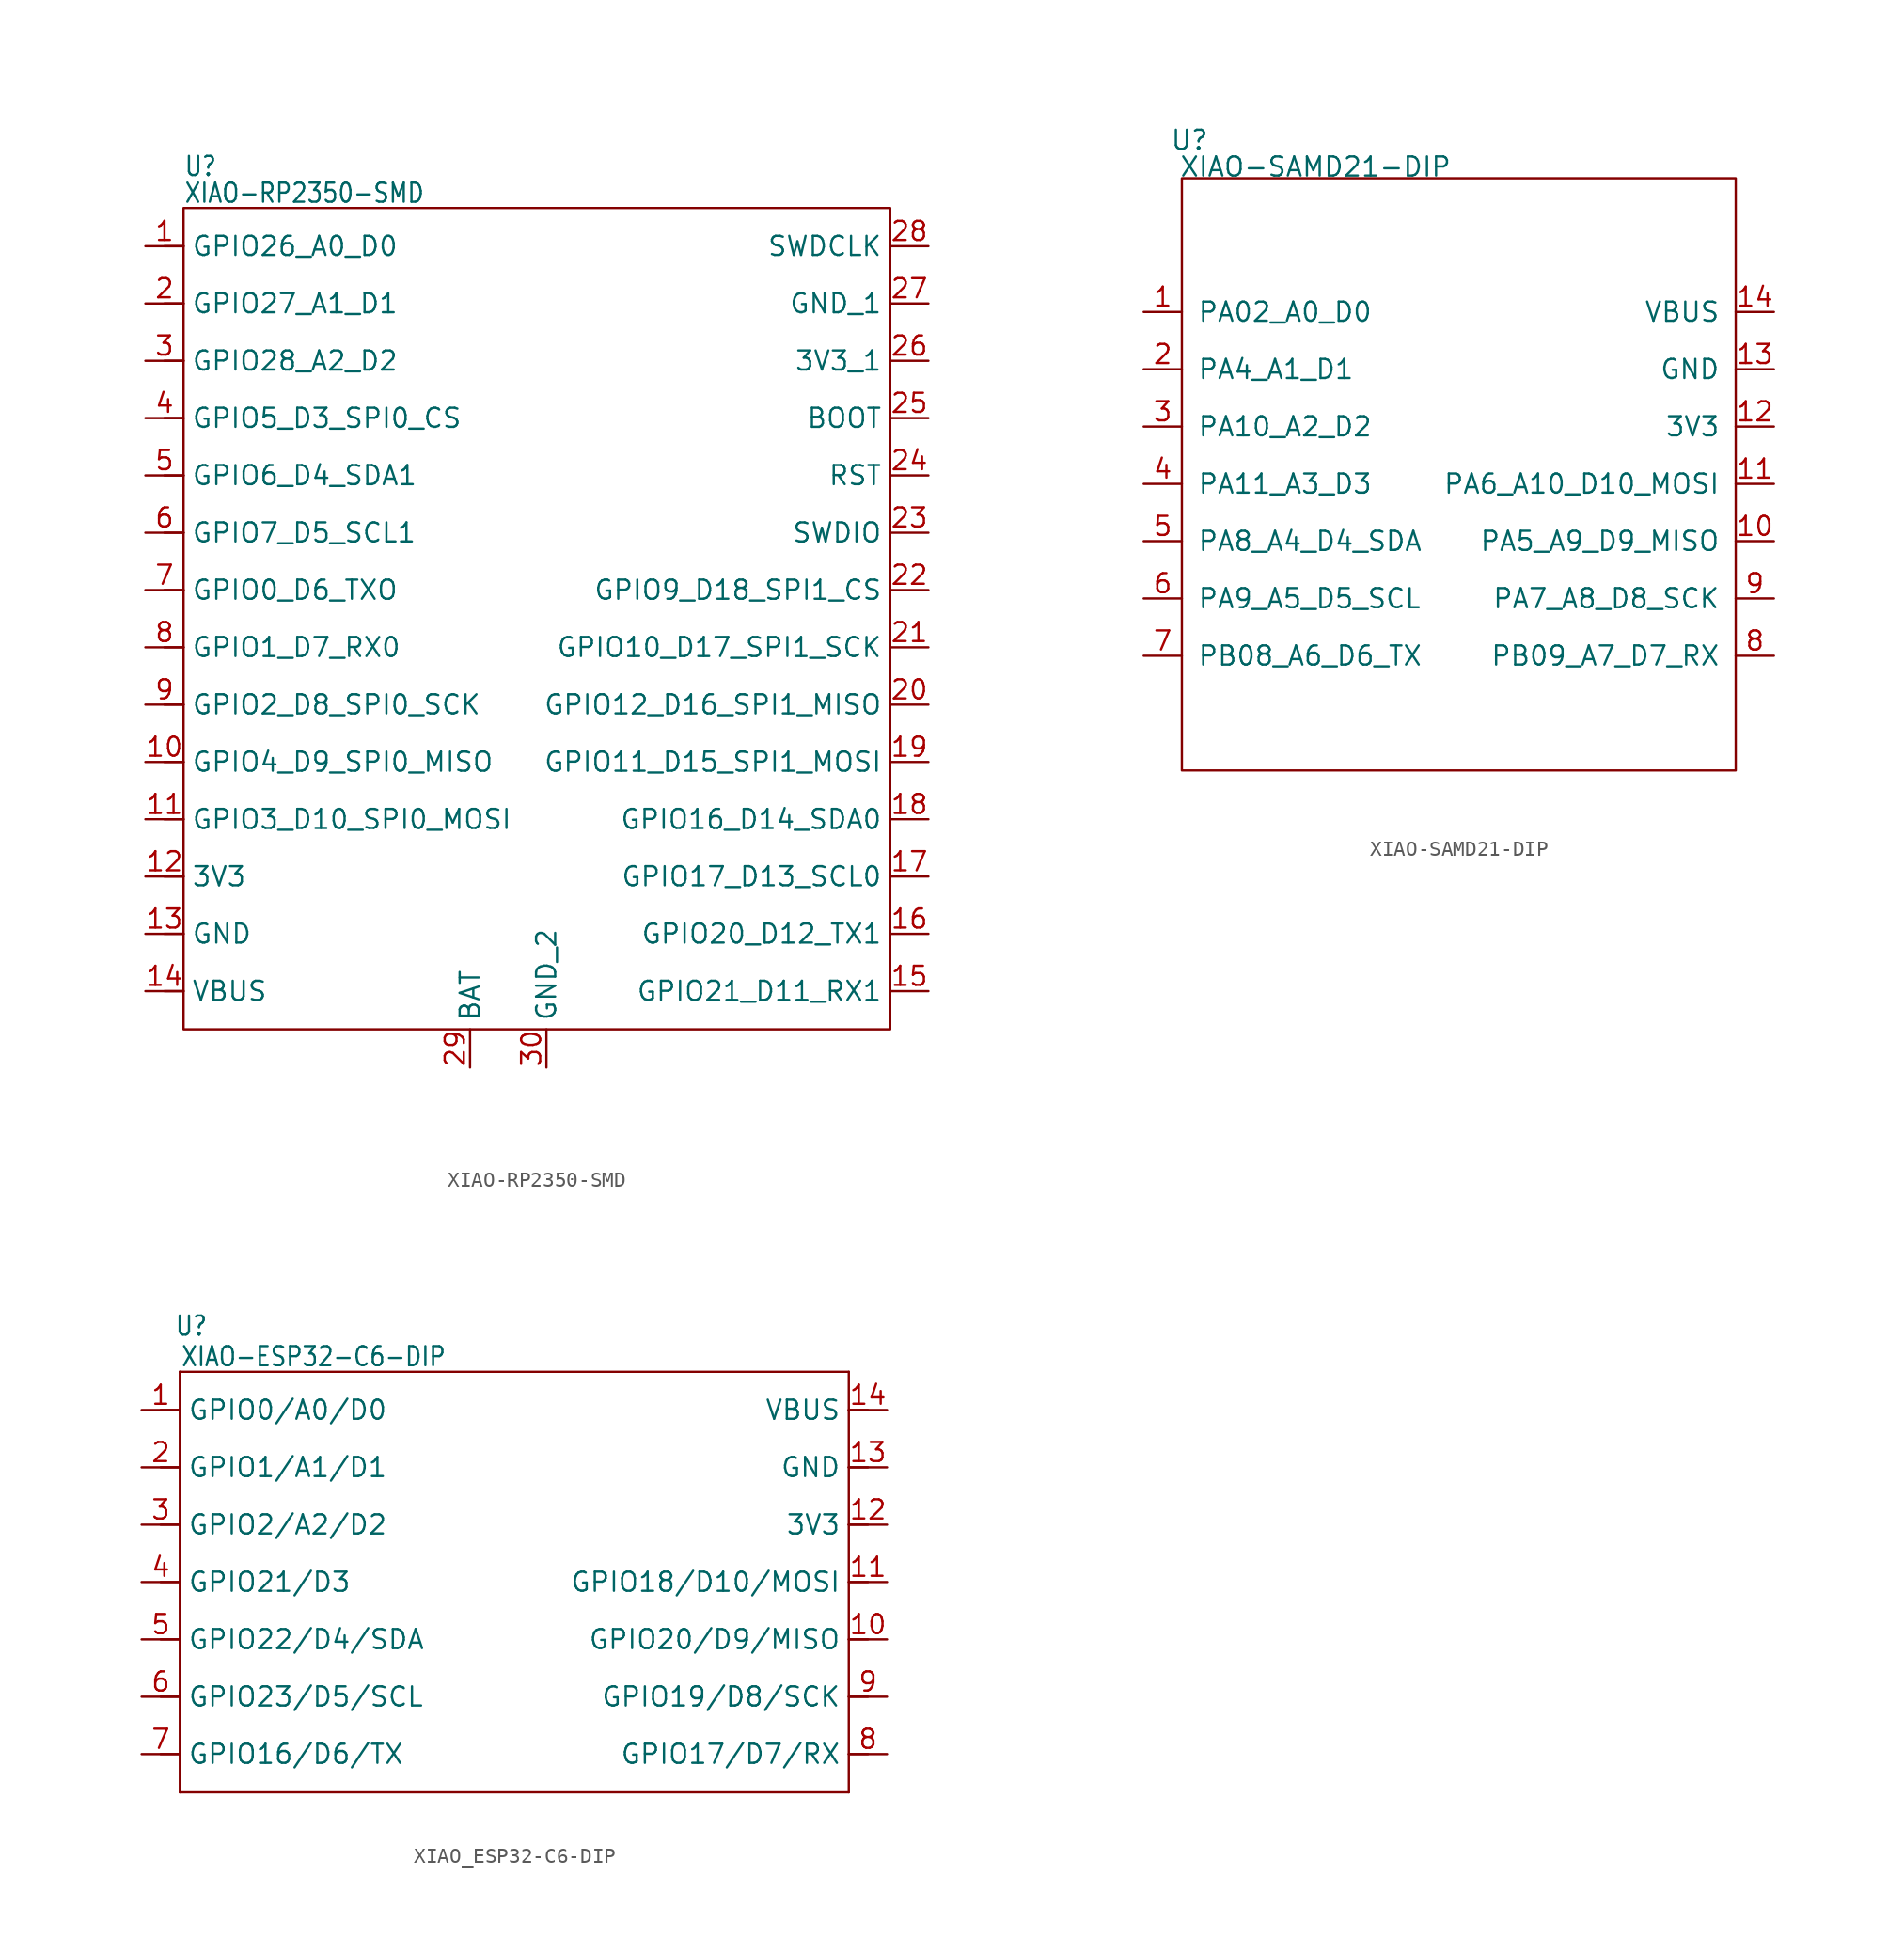
<source format=kicad_sym>
(kicad_symbol_lib
  (version 20241209)
  (generator "kicad_symbol_editor")
  (generator_version "9.0")
  (symbol "XIAO-RP2350-SMD"
    (property "Reference" "U"
      (at -21.59 27.432 0)
      (effects (font (size 1.27 1.079)) (justify left bottom)))
    (property "Value" "XIAO-RP2350-SMD"
      (at -21.59 25.654 0)
      (effects (font (size 1.27 1.079)) (justify left bottom)))
    (symbol "XIAO-RP2350-SMD_0_1"
      (rectangle (start -21.59 25.4) (end 25.4 -29.21) (stroke (width 0) (type default)) (fill (type none))))
    (symbol "XIAO-RP2350-SMD_1_0"
      (polyline (pts (xy -22.86 -3.81) (xy -21.59 -3.81)) (stroke (width 0.152) (type solid)) (fill (type none)))
      (polyline (pts (xy -22.86 -7.62) (xy -21.59 -7.62)) (stroke (width 0.152) (type solid)) (fill (type none)))
      (polyline (pts (xy -22.86 -11.43) (xy -21.59 -11.43)) (stroke (width 0.152) (type solid)) (fill (type none)))
      (polyline (pts (xy -22.86 -15.24) (xy -21.59 -15.24)) (stroke (width 0.152) (type solid)) (fill (type none)))
      (polyline (pts (xy -22.86 -19.05) (xy -21.59 -19.05)) (stroke (width 0.152) (type solid)) (fill (type none)))
      (polyline (pts (xy -22.86 -22.86) (xy -21.59 -22.86)) (stroke (width 0.152) (type solid)) (fill (type none)))
      (polyline (pts (xy -22.86 -26.67) (xy -21.59 -26.67)) (stroke (width 0.152) (type solid)) (fill (type none)))
      (polyline (pts (xy -21.59 22.86) (xy -22.86 22.86)) (stroke (width 0.152) (type solid)) (fill (type none)))
      (polyline (pts (xy -21.59 19.05) (xy -22.86 19.05)) (stroke (width 0.152) (type solid)) (fill (type none)))
      (polyline (pts (xy -21.59 15.24) (xy -22.86 15.24)) (stroke (width 0.152) (type solid)) (fill (type none)))
      (polyline (pts (xy -21.59 11.43) (xy -22.86 11.43)) (stroke (width 0.152) (type solid)) (fill (type none)))
      (polyline (pts (xy -21.59 7.62) (xy -22.86 7.62)) (stroke (width 0.152) (type solid)) (fill (type none)))
      (polyline (pts (xy -21.59 3.81) (xy -22.86 3.81)) (stroke (width 0.152) (type solid)) (fill (type none)))
      (polyline (pts (xy -21.59 0) (xy -22.86 0)) (stroke (width 0.152) (type solid)) (fill (type none)))
      (pin passive line (at -24.13 22.86 0) (length 2.54) (name "GPIO26_A0_D0" (effects (font (size 1.27 1.27)))) (number "1" (effects (font (size 1.27 1.27)))))
      (pin passive line (at -24.13 19.05 0) (length 2.54) (name "GPIO27_A1_D1" (effects (font (size 1.27 1.27)))) (number "2" (effects (font (size 1.27 1.27)))))
      (pin passive line (at -24.13 15.24 0) (length 2.54) (name "GPIO28_A2_D2" (effects (font (size 1.27 1.27)))) (number "3" (effects (font (size 1.27 1.27)))))
      (pin passive line (at -24.13 11.43 0) (length 2.54) (name "GPIO5_D3_SPI0_CS" (effects (font (size 1.27 1.27)))) (number "4" (effects (font (size 1.27 1.27)))))
      (pin passive line (at -24.13 7.62 0) (length 2.54) (name "GPIO6_D4_SDA1" (effects (font (size 1.27 1.27)))) (number "5" (effects (font (size 1.27 1.27)))))
      (pin passive line (at -24.13 3.81 0) (length 2.54) (name "GPIO7_D5_SCL1" (effects (font (size 1.27 1.27)))) (number "6" (effects (font (size 1.27 1.27)))))
      (pin passive line (at -24.13 0 0) (length 2.54) (name "GPIO0_D6_TXO" (effects (font (size 1.27 1.27)))) (number "7" (effects (font (size 1.27 1.27)))))
      (pin passive line (at -24.13 -3.81 0) (length 2.54) (name "GPIO1_D7_RX0" (effects (font (size 1.27 1.27)))) (number "8" (effects (font (size 1.27 1.27)))))
      (pin passive line (at -24.13 -7.62 0) (length 2.54) (name "GPIO2_D8_SPI0_SCK" (effects (font (size 1.27 1.27)))) (number "9" (effects (font (size 1.27 1.27)))))
      (pin passive line (at -24.13 -11.43 0) (length 2.54) (name "GPIO4_D9_SPI0_MISO" (effects (font (size 1.27 1.27)))) (number "10" (effects (font (size 1.27 1.27)))))
      (pin passive line (at -24.13 -15.24 0) (length 2.54) (name "GPIO3_D10_SPI0_MOSI" (effects (font (size 1.27 1.27)))) (number "11" (effects (font (size 1.27 1.27)))))
      (pin passive line (at -24.13 -19.05 0) (length 2.54) (name "3V3" (effects (font (size 1.27 1.27)))) (number "12" (effects (font (size 1.27 1.27)))))
      (pin passive line (at -24.13 -22.86 0) (length 2.54) (name "GND" (effects (font (size 1.27 1.27)))) (number "13" (effects (font (size 1.27 1.27)))))
      (pin passive line (at -24.13 -26.67 0) (length 2.54) (name "VBUS" (effects (font (size 1.27 1.27)))) (number "14" (effects (font (size 1.27 1.27))))))
    (symbol "XIAO-RP2350-SMD_1_1"
      (pin passive line (at -2.54 -31.75 90) (length 2.54) (name "BAT" (effects (font (size 1.27 1.27)))) (number "29" (effects (font (size 1.27 1.27)))))
      (pin passive line (at 2.54 -31.75 90) (length 2.54) (name "GND_2" (effects (font (size 1.27 1.27)))) (number "30" (effects (font (size 1.27 1.27)))))
      (pin passive line (at 27.94 22.86 180) (length 2.54) (name "SWDCLK" (effects (font (size 1.27 1.27)))) (number "28" (effects (font (size 1.27 1.27)))))
      (pin passive line (at 27.94 19.05 180) (length 2.54) (name "GND_1" (effects (font (size 1.27 1.27)))) (number "27" (effects (font (size 1.27 1.27)))))
      (pin passive line (at 27.94 15.24 180) (length 2.54) (name "3V3_1" (effects (font (size 1.27 1.27)))) (number "26" (effects (font (size 1.27 1.27)))))
      (pin passive line (at 27.94 11.43 180) (length 2.54) (name "BOOT" (effects (font (size 1.27 1.27)))) (number "25" (effects (font (size 1.27 1.27)))))
      (pin passive line (at 27.94 7.62 180) (length 2.54) (name "RST" (effects (font (size 1.27 1.27)))) (number "24" (effects (font (size 1.27 1.27)))))
      (pin passive line (at 27.94 3.81 180) (length 2.54) (name "SWDIO" (effects (font (size 1.27 1.27)))) (number "23" (effects (font (size 1.27 1.27)))))
      (pin passive line (at 27.94 0 180) (length 2.54) (name "GPIO9_D18_SPI1_CS" (effects (font (size 1.27 1.27)))) (number "22" (effects (font (size 1.27 1.27)))))
      (pin passive line (at 27.94 -3.81 180) (length 2.54) (name "GPIO10_D17_SPI1_SCK" (effects (font (size 1.27 1.27)))) (number "21" (effects (font (size 1.27 1.27)))))
      (pin passive line (at 27.94 -7.62 180) (length 2.54) (name "GPIO12_D16_SPI1_MISO" (effects (font (size 1.27 1.27)))) (number "20" (effects (font (size 1.27 1.27)))))
      (pin passive line (at 27.94 -11.43 180) (length 2.54) (name "GPIO11_D15_SPI1_MOSI" (effects (font (size 1.27 1.27)))) (number "19" (effects (font (size 1.27 1.27)))))
      (pin passive line (at 27.94 -15.24 180) (length 2.54) (name "GPIO16_D14_SDA0" (effects (font (size 1.27 1.27)))) (number "18" (effects (font (size 1.27 1.27)))))
      (pin passive line (at 27.94 -19.05 180) (length 2.54) (name "GPIO17_D13_SCL0" (effects (font (size 1.27 1.27)))) (number "17" (effects (font (size 1.27 1.27)))))
      (pin passive line (at 27.94 -22.86 180) (length 2.54) (name "GPIO20_D12_TX1" (effects (font (size 1.27 1.27)))) (number "16" (effects (font (size 1.27 1.27)))))
      (pin passive line (at 27.94 -26.67 180) (length 2.54) (name "GPIO21_D11_RX1" (effects (font (size 1.27 1.27)))) (number "15" (effects (font (size 1.27 1.27)))))))
  (symbol "XIAO-SAMD21-DIP"
    (pin_names
      (offset 1.016))
    (property "Reference" "U"
      (at -18.542 22.86 0)
      (effects (font (size 1.27 1.27))))
    (property "Value" "XIAO-SAMD21-DIP"
      (at -10.16 21.082 0)
      (effects (font (size 1.27 1.27))))
    (symbol "XIAO-SAMD21-DIP_0_1"
      (rectangle (start -19.05 20.32) (end 17.78 -19.05) (stroke (width 0) (type default)) (fill (type none))))
    (symbol "XIAO-SAMD21-DIP_1_1"
      (pin passive line (at -21.59 11.43 0) (length 2.54) (name "PA02_A0_D0" (effects (font (size 1.27 1.27)))) (number "1" (effects (font (size 1.27 1.27)))))
      (pin passive line (at -21.59 7.62 0) (length 2.54) (name "PA4_A1_D1" (effects (font (size 1.27 1.27)))) (number "2" (effects (font (size 1.27 1.27)))))
      (pin passive line (at -21.59 3.81 0) (length 2.54) (name "PA10_A2_D2" (effects (font (size 1.27 1.27)))) (number "3" (effects (font (size 1.27 1.27)))))
      (pin passive line (at -21.59 0 0) (length 2.54) (name "PA11_A3_D3" (effects (font (size 1.27 1.27)))) (number "4" (effects (font (size 1.27 1.27)))))
      (pin passive line (at -21.59 -3.81 0) (length 2.54) (name "PA8_A4_D4_SDA" (effects (font (size 1.27 1.27)))) (number "5" (effects (font (size 1.27 1.27)))))
      (pin passive line (at -21.59 -7.62 0) (length 2.54) (name "PA9_A5_D5_SCL" (effects (font (size 1.27 1.27)))) (number "6" (effects (font (size 1.27 1.27)))))
      (pin passive line (at -21.59 -11.43 0) (length 2.54) (name "PB08_A6_D6_TX" (effects (font (size 1.27 1.27)))) (number "7" (effects (font (size 1.27 1.27)))))
      (pin passive line (at 20.32 11.43 180) (length 2.54) (name "VBUS" (effects (font (size 1.27 1.27)))) (number "14" (effects (font (size 1.27 1.27)))))
      (pin passive line (at 20.32 7.62 180) (length 2.54) (name "GND" (effects (font (size 1.27 1.27)))) (number "13" (effects (font (size 1.27 1.27)))))
      (pin passive line (at 20.32 3.81 180) (length 2.54) (name "3V3" (effects (font (size 1.27 1.27)))) (number "12" (effects (font (size 1.27 1.27)))))
      (pin passive line (at 20.32 0 180) (length 2.54) (name "PA6_A10_D10_MOSI" (effects (font (size 1.27 1.27)))) (number "11" (effects (font (size 1.27 1.27)))))
      (pin passive line (at 20.32 -3.81 180) (length 2.54) (name "PA5_A9_D9_MISO" (effects (font (size 1.27 1.27)))) (number "10" (effects (font (size 1.27 1.27)))))
      (pin passive line (at 20.32 -7.62 180) (length 2.54) (name "PA7_A8_D8_SCK" (effects (font (size 1.27 1.27)))) (number "9" (effects (font (size 1.27 1.27)))))
      (pin passive line (at 20.32 -11.43 180) (length 2.54) (name "PB09_A7_D7_RX" (effects (font (size 1.27 1.27)))) (number "8" (effects (font (size 1.27 1.27)))))))
  (symbol "XIAO_ESP32-C6-DIP"
    (property "Reference" "U"
      (at -20.828 17.018 0)
      (effects (font (size 1.27 1.079))))
    (property "Value" "XIAO-ESP32-C6-DIP"
      (at -12.7 14.986 0)
      (effects (font (size 1.27 1.079))))
    (property "Rating" ""
      (at 0 0 0)
      (effects (font (size 1.27 1.27))))
    (symbol "XIAO_ESP32-C6-DIP_1_0"
      (polyline (pts (xy -21.59 13.97) (xy 22.86 13.97)) (stroke (width 0.152) (type solid)) (fill (type none)))
      (polyline (pts (xy -21.59 11.43) (xy -22.86 11.43)) (stroke (width 0.152) (type solid)) (fill (type none)))
      (polyline (pts (xy -21.59 11.43) (xy -21.59 13.97)) (stroke (width 0.152) (type solid)) (fill (type none)))
      (polyline (pts (xy -21.59 7.62) (xy -22.86 7.62)) (stroke (width 0.152) (type solid)) (fill (type none)))
      (polyline (pts (xy -21.59 7.62) (xy -21.59 11.43)) (stroke (width 0.152) (type solid)) (fill (type none)))
      (polyline (pts (xy -21.59 3.81) (xy -22.86 3.81)) (stroke (width 0.152) (type solid)) (fill (type none)))
      (polyline (pts (xy -21.59 3.81) (xy -21.59 7.62)) (stroke (width 0.152) (type solid)) (fill (type none)))
      (polyline (pts (xy -21.59 0) (xy -22.86 0)) (stroke (width 0.152) (type solid)) (fill (type none)))
      (polyline (pts (xy -21.59 0) (xy -21.59 3.81)) (stroke (width 0.152) (type solid)) (fill (type none)))
      (polyline (pts (xy -21.59 -3.81) (xy -22.86 -3.81)) (stroke (width 0.152) (type solid)) (fill (type none)))
      (polyline (pts (xy -21.59 -7.62) (xy -22.86 -7.62)) (stroke (width 0.152) (type solid)) (fill (type none)))
      (polyline (pts (xy -21.59 -11.43) (xy -22.86 -11.43)) (stroke (width 0.152) (type solid)) (fill (type none)))
      (polyline (pts (xy -21.59 -13.97) (xy -21.59 0)) (stroke (width 0.152) (type solid)) (fill (type none)))
      (polyline (pts (xy 22.86 13.97) (xy 22.86 11.43)) (stroke (width 0.152) (type solid)) (fill (type none)))
      (polyline (pts (xy 22.86 11.43) (xy 22.86 7.62)) (stroke (width 0.152) (type solid)) (fill (type none)))
      (polyline (pts (xy 22.86 7.62) (xy 22.86 3.81)) (stroke (width 0.152) (type solid)) (fill (type none)))
      (polyline (pts (xy 22.86 3.81) (xy 22.86 -13.97)) (stroke (width 0.152) (type solid)) (fill (type none)))
      (polyline (pts (xy 22.86 -13.97) (xy -21.59 -13.97)) (stroke (width 0.152) (type solid)) (fill (type none)))
      (polyline (pts (xy 24.13 11.43) (xy 22.86 11.43)) (stroke (width 0.152) (type solid)) (fill (type none)))
      (polyline (pts (xy 24.13 7.62) (xy 22.86 7.62)) (stroke (width 0.152) (type solid)) (fill (type none)))
      (polyline (pts (xy 24.13 3.81) (xy 22.86 3.81)) (stroke (width 0.152) (type solid)) (fill (type none)))
      (polyline (pts (xy 24.13 0) (xy 22.86 0)) (stroke (width 0.152) (type solid)) (fill (type none)))
      (polyline (pts (xy 24.13 -3.81) (xy 22.86 -3.81)) (stroke (width 0.152) (type solid)) (fill (type none)))
      (polyline (pts (xy 24.13 -7.62) (xy 22.86 -7.62)) (stroke (width 0.152) (type solid)) (fill (type none)))
      (polyline (pts (xy 24.13 -11.43) (xy 22.86 -11.43)) (stroke (width 0.152) (type solid)) (fill (type none)))
      (pin passive line (at -24.13 11.43 0) (length 2.54) (name "GPIO0/A0/D0" (effects (font (size 1.27 1.27)))) (number "1" (effects (font (size 1.27 1.27)))))
      (pin passive line (at -24.13 7.62 0) (length 2.54) (name "GPIO1/A1/D1" (effects (font (size 1.27 1.27)))) (number "2" (effects (font (size 1.27 1.27)))))
      (pin passive line (at -24.13 3.81 0) (length 2.54) (name "GPIO2/A2/D2" (effects (font (size 1.27 1.27)))) (number "3" (effects (font (size 1.27 1.27)))))
      (pin passive line (at -24.13 0 0) (length 2.54) (name "GPIO21/D3" (effects (font (size 1.27 1.27)))) (number "4" (effects (font (size 1.27 1.27)))))
      (pin passive line (at -24.13 -3.81 0) (length 2.54) (name "GPIO22/D4/SDA" (effects (font (size 1.27 1.27)))) (number "5" (effects (font (size 1.27 1.27)))))
      (pin passive line (at -24.13 -7.62 0) (length 2.54) (name "GPIO23/D5/SCL" (effects (font (size 1.27 1.27)))) (number "6" (effects (font (size 1.27 1.27)))))
      (pin passive line (at -24.13 -11.43 0) (length 2.54) (name "GPIO16/D6/TX" (effects (font (size 1.27 1.27)))) (number "7" (effects (font (size 1.27 1.27)))))
      (pin passive line (at 25.4 11.43 180) (length 2.54) (name "VBUS" (effects (font (size 1.27 1.27)))) (number "14" (effects (font (size 1.27 1.27)))))
      (pin passive line (at 25.4 7.62 180) (length 2.54) (name "GND" (effects (font (size 1.27 1.27)))) (number "13" (effects (font (size 1.27 1.27)))))
      (pin passive line (at 25.4 3.81 180) (length 2.54) (name "3V3" (effects (font (size 1.27 1.27)))) (number "12" (effects (font (size 1.27 1.27)))))
      (pin passive line (at 25.4 0 180) (length 2.54) (name "GPIO18/D10/MOSI" (effects (font (size 1.27 1.27)))) (number "11" (effects (font (size 1.27 1.27)))))
      (pin passive line (at 25.4 -3.81 180) (length 2.54) (name "GPIO20/D9/MISO" (effects (font (size 1.27 1.27)))) (number "10" (effects (font (size 1.27 1.27)))))
      (pin passive line (at 25.4 -7.62 180) (length 2.54) (name "GPIO19/D8/SCK" (effects (font (size 1.27 1.27)))) (number "9" (effects (font (size 1.27 1.27)))))
      (pin passive line (at 25.4 -11.43 180) (length 2.54) (name "GPIO17/D7/RX" (effects (font (size 1.27 1.27)))) (number "8" (effects (font (size 1.27 1.27))))))))
</source>
